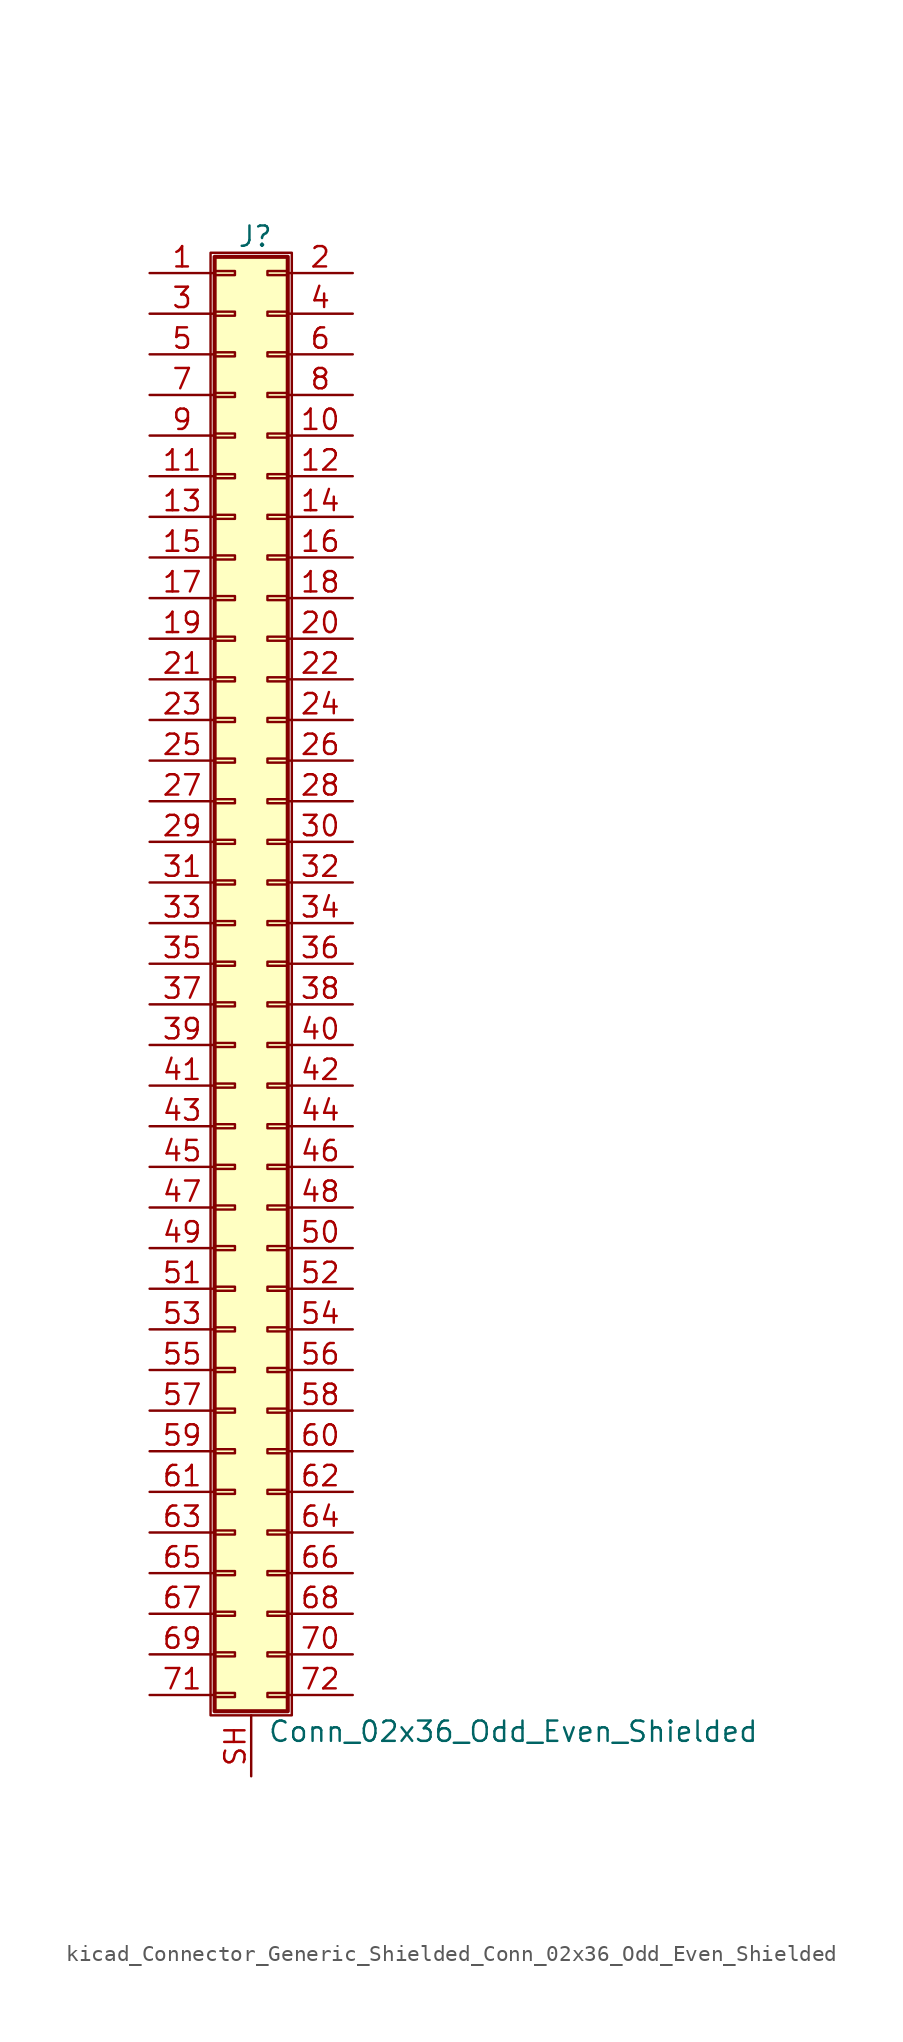
<source format=kicad_sym>
(kicad_symbol_lib
  (version 20220914)
  (generator kicad_symbol_editor)
  (symbol "kicad_Connector_Generic_Shielded_Conn_02x36_Odd_Even_Shielded"
    (pin_names
      (offset 1.016) hide)
    (property "Reference" "J"
      (at 1.524 45.466 0)
      (effects (font (size 1.27 1.27))))
    (property "Value" "Conn_02x36_Odd_Even_Shielded"
      (at 2.286 -48.006 0)
      (effects (font (size 1.27 1.27)) (justify left)))
    (symbol "kicad_Connector_Generic_Shielded_Conn_02x36_Odd_Even_Shielded_1_1"
      (rectangle (start -1.27 44.45) (end 3.81 -46.99) (stroke (width 0.152) (type default)) (fill (type none)))
      (rectangle (start -1.016 -45.593) (end 0.254 -45.847) (stroke (width 0.152) (type default)) (fill (type none)))
      (rectangle (start -1.016 -43.053) (end 0.254 -43.307) (stroke (width 0.152) (type default)) (fill (type none)))
      (rectangle (start -1.016 -40.513) (end 0.254 -40.767) (stroke (width 0.152) (type default)) (fill (type none)))
      (rectangle (start -1.016 -37.973) (end 0.254 -38.227) (stroke (width 0.152) (type default)) (fill (type none)))
      (rectangle (start -1.016 -35.433) (end 0.254 -35.687) (stroke (width 0.152) (type default)) (fill (type none)))
      (rectangle (start -1.016 -32.893) (end 0.254 -33.147) (stroke (width 0.152) (type default)) (fill (type none)))
      (rectangle (start -1.016 -30.353) (end 0.254 -30.607) (stroke (width 0.152) (type default)) (fill (type none)))
      (rectangle (start -1.016 -27.813) (end 0.254 -28.067) (stroke (width 0.152) (type default)) (fill (type none)))
      (rectangle (start -1.016 -25.273) (end 0.254 -25.527) (stroke (width 0.152) (type default)) (fill (type none)))
      (rectangle (start -1.016 -22.733) (end 0.254 -22.987) (stroke (width 0.152) (type default)) (fill (type none)))
      (rectangle (start -1.016 -20.193) (end 0.254 -20.447) (stroke (width 0.152) (type default)) (fill (type none)))
      (rectangle (start -1.016 -17.653) (end 0.254 -17.907) (stroke (width 0.152) (type default)) (fill (type none)))
      (rectangle (start -1.016 -15.113) (end 0.254 -15.367) (stroke (width 0.152) (type default)) (fill (type none)))
      (rectangle (start -1.016 -12.573) (end 0.254 -12.827) (stroke (width 0.152) (type default)) (fill (type none)))
      (rectangle (start -1.016 -10.033) (end 0.254 -10.287) (stroke (width 0.152) (type default)) (fill (type none)))
      (rectangle (start -1.016 -7.493) (end 0.254 -7.747) (stroke (width 0.152) (type default)) (fill (type none)))
      (rectangle (start -1.016 -4.953) (end 0.254 -5.207) (stroke (width 0.152) (type default)) (fill (type none)))
      (rectangle (start -1.016 -2.413) (end 0.254 -2.667) (stroke (width 0.152) (type default)) (fill (type none)))
      (rectangle (start -1.016 0.127) (end 0.254 -0.127) (stroke (width 0.152) (type default)) (fill (type none)))
      (rectangle (start -1.016 2.667) (end 0.254 2.413) (stroke (width 0.152) (type default)) (fill (type none)))
      (rectangle (start -1.016 5.207) (end 0.254 4.953) (stroke (width 0.152) (type default)) (fill (type none)))
      (rectangle (start -1.016 7.747) (end 0.254 7.493) (stroke (width 0.152) (type default)) (fill (type none)))
      (rectangle (start -1.016 10.287) (end 0.254 10.033) (stroke (width 0.152) (type default)) (fill (type none)))
      (rectangle (start -1.016 12.827) (end 0.254 12.573) (stroke (width 0.152) (type default)) (fill (type none)))
      (rectangle (start -1.016 15.367) (end 0.254 15.113) (stroke (width 0.152) (type default)) (fill (type none)))
      (rectangle (start -1.016 17.907) (end 0.254 17.653) (stroke (width 0.152) (type default)) (fill (type none)))
      (rectangle (start -1.016 20.447) (end 0.254 20.193) (stroke (width 0.152) (type default)) (fill (type none)))
      (rectangle (start -1.016 22.987) (end 0.254 22.733) (stroke (width 0.152) (type default)) (fill (type none)))
      (rectangle (start -1.016 25.527) (end 0.254 25.273) (stroke (width 0.152) (type default)) (fill (type none)))
      (rectangle (start -1.016 28.067) (end 0.254 27.813) (stroke (width 0.152) (type default)) (fill (type none)))
      (rectangle (start -1.016 30.607) (end 0.254 30.353) (stroke (width 0.152) (type default)) (fill (type none)))
      (rectangle (start -1.016 33.147) (end 0.254 32.893) (stroke (width 0.152) (type default)) (fill (type none)))
      (rectangle (start -1.016 35.687) (end 0.254 35.433) (stroke (width 0.152) (type default)) (fill (type none)))
      (rectangle (start -1.016 38.227) (end 0.254 37.973) (stroke (width 0.152) (type default)) (fill (type none)))
      (rectangle (start -1.016 40.767) (end 0.254 40.513) (stroke (width 0.152) (type default)) (fill (type none)))
      (rectangle (start -1.016 43.307) (end 0.254 43.053) (stroke (width 0.152) (type default)) (fill (type none)))
      (rectangle (start -1.016 44.196) (end 3.556 -46.736) (stroke (width 0.254) (type default)) (fill (type background)))
      (rectangle (start 3.556 -45.593) (end 2.286 -45.847) (stroke (width 0.152) (type default)) (fill (type none)))
      (rectangle (start 3.556 -43.053) (end 2.286 -43.307) (stroke (width 0.152) (type default)) (fill (type none)))
      (rectangle (start 3.556 -40.513) (end 2.286 -40.767) (stroke (width 0.152) (type default)) (fill (type none)))
      (rectangle (start 3.556 -37.973) (end 2.286 -38.227) (stroke (width 0.152) (type default)) (fill (type none)))
      (rectangle (start 3.556 -35.433) (end 2.286 -35.687) (stroke (width 0.152) (type default)) (fill (type none)))
      (rectangle (start 3.556 -32.893) (end 2.286 -33.147) (stroke (width 0.152) (type default)) (fill (type none)))
      (rectangle (start 3.556 -30.353) (end 2.286 -30.607) (stroke (width 0.152) (type default)) (fill (type none)))
      (rectangle (start 3.556 -27.813) (end 2.286 -28.067) (stroke (width 0.152) (type default)) (fill (type none)))
      (rectangle (start 3.556 -25.273) (end 2.286 -25.527) (stroke (width 0.152) (type default)) (fill (type none)))
      (rectangle (start 3.556 -22.733) (end 2.286 -22.987) (stroke (width 0.152) (type default)) (fill (type none)))
      (rectangle (start 3.556 -20.193) (end 2.286 -20.447) (stroke (width 0.152) (type default)) (fill (type none)))
      (rectangle (start 3.556 -17.653) (end 2.286 -17.907) (stroke (width 0.152) (type default)) (fill (type none)))
      (rectangle (start 3.556 -15.113) (end 2.286 -15.367) (stroke (width 0.152) (type default)) (fill (type none)))
      (rectangle (start 3.556 -12.573) (end 2.286 -12.827) (stroke (width 0.152) (type default)) (fill (type none)))
      (rectangle (start 3.556 -10.033) (end 2.286 -10.287) (stroke (width 0.152) (type default)) (fill (type none)))
      (rectangle (start 3.556 -7.493) (end 2.286 -7.747) (stroke (width 0.152) (type default)) (fill (type none)))
      (rectangle (start 3.556 -4.953) (end 2.286 -5.207) (stroke (width 0.152) (type default)) (fill (type none)))
      (rectangle (start 3.556 -2.413) (end 2.286 -2.667) (stroke (width 0.152) (type default)) (fill (type none)))
      (rectangle (start 3.556 0.127) (end 2.286 -0.127) (stroke (width 0.152) (type default)) (fill (type none)))
      (rectangle (start 3.556 2.667) (end 2.286 2.413) (stroke (width 0.152) (type default)) (fill (type none)))
      (rectangle (start 3.556 5.207) (end 2.286 4.953) (stroke (width 0.152) (type default)) (fill (type none)))
      (rectangle (start 3.556 7.747) (end 2.286 7.493) (stroke (width 0.152) (type default)) (fill (type none)))
      (rectangle (start 3.556 10.287) (end 2.286 10.033) (stroke (width 0.152) (type default)) (fill (type none)))
      (rectangle (start 3.556 12.827) (end 2.286 12.573) (stroke (width 0.152) (type default)) (fill (type none)))
      (rectangle (start 3.556 15.367) (end 2.286 15.113) (stroke (width 0.152) (type default)) (fill (type none)))
      (rectangle (start 3.556 17.907) (end 2.286 17.653) (stroke (width 0.152) (type default)) (fill (type none)))
      (rectangle (start 3.556 20.447) (end 2.286 20.193) (stroke (width 0.152) (type default)) (fill (type none)))
      (rectangle (start 3.556 22.987) (end 2.286 22.733) (stroke (width 0.152) (type default)) (fill (type none)))
      (rectangle (start 3.556 25.527) (end 2.286 25.273) (stroke (width 0.152) (type default)) (fill (type none)))
      (rectangle (start 3.556 28.067) (end 2.286 27.813) (stroke (width 0.152) (type default)) (fill (type none)))
      (rectangle (start 3.556 30.607) (end 2.286 30.353) (stroke (width 0.152) (type default)) (fill (type none)))
      (rectangle (start 3.556 33.147) (end 2.286 32.893) (stroke (width 0.152) (type default)) (fill (type none)))
      (rectangle (start 3.556 35.687) (end 2.286 35.433) (stroke (width 0.152) (type default)) (fill (type none)))
      (rectangle (start 3.556 38.227) (end 2.286 37.973) (stroke (width 0.152) (type default)) (fill (type none)))
      (rectangle (start 3.556 40.767) (end 2.286 40.513) (stroke (width 0.152) (type default)) (fill (type none)))
      (rectangle (start 3.556 43.307) (end 2.286 43.053) (stroke (width 0.152) (type default)) (fill (type none)))
      (pin passive line (at -5.08 43.18 0) (length 4.064) (name "Pin_1" (effects (font (size 1.27 1.27)))) (number "1" (effects (font (size 1.27 1.27)))))
      (pin passive line (at 7.62 33.02 180) (length 4.064) (name "Pin_10" (effects (font (size 1.27 1.27)))) (number "10" (effects (font (size 1.27 1.27)))))
      (pin passive line (at -5.08 30.48 0) (length 4.064) (name "Pin_11" (effects (font (size 1.27 1.27)))) (number "11" (effects (font (size 1.27 1.27)))))
      (pin passive line (at 7.62 30.48 180) (length 4.064) (name "Pin_12" (effects (font (size 1.27 1.27)))) (number "12" (effects (font (size 1.27 1.27)))))
      (pin passive line (at -5.08 27.94 0) (length 4.064) (name "Pin_13" (effects (font (size 1.27 1.27)))) (number "13" (effects (font (size 1.27 1.27)))))
      (pin passive line (at 7.62 27.94 180) (length 4.064) (name "Pin_14" (effects (font (size 1.27 1.27)))) (number "14" (effects (font (size 1.27 1.27)))))
      (pin passive line (at -5.08 25.4 0) (length 4.064) (name "Pin_15" (effects (font (size 1.27 1.27)))) (number "15" (effects (font (size 1.27 1.27)))))
      (pin passive line (at 7.62 25.4 180) (length 4.064) (name "Pin_16" (effects (font (size 1.27 1.27)))) (number "16" (effects (font (size 1.27 1.27)))))
      (pin passive line (at -5.08 22.86 0) (length 4.064) (name "Pin_17" (effects (font (size 1.27 1.27)))) (number "17" (effects (font (size 1.27 1.27)))))
      (pin passive line (at 7.62 22.86 180) (length 4.064) (name "Pin_18" (effects (font (size 1.27 1.27)))) (number "18" (effects (font (size 1.27 1.27)))))
      (pin passive line (at -5.08 20.32 0) (length 4.064) (name "Pin_19" (effects (font (size 1.27 1.27)))) (number "19" (effects (font (size 1.27 1.27)))))
      (pin passive line (at 7.62 43.18 180) (length 4.064) (name "Pin_2" (effects (font (size 1.27 1.27)))) (number "2" (effects (font (size 1.27 1.27)))))
      (pin passive line (at 7.62 20.32 180) (length 4.064) (name "Pin_20" (effects (font (size 1.27 1.27)))) (number "20" (effects (font (size 1.27 1.27)))))
      (pin passive line (at -5.08 17.78 0) (length 4.064) (name "Pin_21" (effects (font (size 1.27 1.27)))) (number "21" (effects (font (size 1.27 1.27)))))
      (pin passive line (at 7.62 17.78 180) (length 4.064) (name "Pin_22" (effects (font (size 1.27 1.27)))) (number "22" (effects (font (size 1.27 1.27)))))
      (pin passive line (at -5.08 15.24 0) (length 4.064) (name "Pin_23" (effects (font (size 1.27 1.27)))) (number "23" (effects (font (size 1.27 1.27)))))
      (pin passive line (at 7.62 15.24 180) (length 4.064) (name "Pin_24" (effects (font (size 1.27 1.27)))) (number "24" (effects (font (size 1.27 1.27)))))
      (pin passive line (at -5.08 12.7 0) (length 4.064) (name "Pin_25" (effects (font (size 1.27 1.27)))) (number "25" (effects (font (size 1.27 1.27)))))
      (pin passive line (at 7.62 12.7 180) (length 4.064) (name "Pin_26" (effects (font (size 1.27 1.27)))) (number "26" (effects (font (size 1.27 1.27)))))
      (pin passive line (at -5.08 10.16 0) (length 4.064) (name "Pin_27" (effects (font (size 1.27 1.27)))) (number "27" (effects (font (size 1.27 1.27)))))
      (pin passive line (at 7.62 10.16 180) (length 4.064) (name "Pin_28" (effects (font (size 1.27 1.27)))) (number "28" (effects (font (size 1.27 1.27)))))
      (pin passive line (at -5.08 7.62 0) (length 4.064) (name "Pin_29" (effects (font (size 1.27 1.27)))) (number "29" (effects (font (size 1.27 1.27)))))
      (pin passive line (at -5.08 40.64 0) (length 4.064) (name "Pin_3" (effects (font (size 1.27 1.27)))) (number "3" (effects (font (size 1.27 1.27)))))
      (pin passive line (at 7.62 7.62 180) (length 4.064) (name "Pin_30" (effects (font (size 1.27 1.27)))) (number "30" (effects (font (size 1.27 1.27)))))
      (pin passive line (at -5.08 5.08 0) (length 4.064) (name "Pin_31" (effects (font (size 1.27 1.27)))) (number "31" (effects (font (size 1.27 1.27)))))
      (pin passive line (at 7.62 5.08 180) (length 4.064) (name "Pin_32" (effects (font (size 1.27 1.27)))) (number "32" (effects (font (size 1.27 1.27)))))
      (pin passive line (at -5.08 2.54 0) (length 4.064) (name "Pin_33" (effects (font (size 1.27 1.27)))) (number "33" (effects (font (size 1.27 1.27)))))
      (pin passive line (at 7.62 2.54 180) (length 4.064) (name "Pin_34" (effects (font (size 1.27 1.27)))) (number "34" (effects (font (size 1.27 1.27)))))
      (pin passive line (at -5.08 0 0) (length 4.064) (name "Pin_35" (effects (font (size 1.27 1.27)))) (number "35" (effects (font (size 1.27 1.27)))))
      (pin passive line (at 7.62 0 180) (length 4.064) (name "Pin_36" (effects (font (size 1.27 1.27)))) (number "36" (effects (font (size 1.27 1.27)))))
      (pin passive line (at -5.08 -2.54 0) (length 4.064) (name "Pin_37" (effects (font (size 1.27 1.27)))) (number "37" (effects (font (size 1.27 1.27)))))
      (pin passive line (at 7.62 -2.54 180) (length 4.064) (name "Pin_38" (effects (font (size 1.27 1.27)))) (number "38" (effects (font (size 1.27 1.27)))))
      (pin passive line (at -5.08 -5.08 0) (length 4.064) (name "Pin_39" (effects (font (size 1.27 1.27)))) (number "39" (effects (font (size 1.27 1.27)))))
      (pin passive line (at 7.62 40.64 180) (length 4.064) (name "Pin_4" (effects (font (size 1.27 1.27)))) (number "4" (effects (font (size 1.27 1.27)))))
      (pin passive line (at 7.62 -5.08 180) (length 4.064) (name "Pin_40" (effects (font (size 1.27 1.27)))) (number "40" (effects (font (size 1.27 1.27)))))
      (pin passive line (at -5.08 -7.62 0) (length 4.064) (name "Pin_41" (effects (font (size 1.27 1.27)))) (number "41" (effects (font (size 1.27 1.27)))))
      (pin passive line (at 7.62 -7.62 180) (length 4.064) (name "Pin_42" (effects (font (size 1.27 1.27)))) (number "42" (effects (font (size 1.27 1.27)))))
      (pin passive line (at -5.08 -10.16 0) (length 4.064) (name "Pin_43" (effects (font (size 1.27 1.27)))) (number "43" (effects (font (size 1.27 1.27)))))
      (pin passive line (at 7.62 -10.16 180) (length 4.064) (name "Pin_44" (effects (font (size 1.27 1.27)))) (number "44" (effects (font (size 1.27 1.27)))))
      (pin passive line (at -5.08 -12.7 0) (length 4.064) (name "Pin_45" (effects (font (size 1.27 1.27)))) (number "45" (effects (font (size 1.27 1.27)))))
      (pin passive line (at 7.62 -12.7 180) (length 4.064) (name "Pin_46" (effects (font (size 1.27 1.27)))) (number "46" (effects (font (size 1.27 1.27)))))
      (pin passive line (at -5.08 -15.24 0) (length 4.064) (name "Pin_47" (effects (font (size 1.27 1.27)))) (number "47" (effects (font (size 1.27 1.27)))))
      (pin passive line (at 7.62 -15.24 180) (length 4.064) (name "Pin_48" (effects (font (size 1.27 1.27)))) (number "48" (effects (font (size 1.27 1.27)))))
      (pin passive line (at -5.08 -17.78 0) (length 4.064) (name "Pin_49" (effects (font (size 1.27 1.27)))) (number "49" (effects (font (size 1.27 1.27)))))
      (pin passive line (at -5.08 38.1 0) (length 4.064) (name "Pin_5" (effects (font (size 1.27 1.27)))) (number "5" (effects (font (size 1.27 1.27)))))
      (pin passive line (at 7.62 -17.78 180) (length 4.064) (name "Pin_50" (effects (font (size 1.27 1.27)))) (number "50" (effects (font (size 1.27 1.27)))))
      (pin passive line (at -5.08 -20.32 0) (length 4.064) (name "Pin_51" (effects (font (size 1.27 1.27)))) (number "51" (effects (font (size 1.27 1.27)))))
      (pin passive line (at 7.62 -20.32 180) (length 4.064) (name "Pin_52" (effects (font (size 1.27 1.27)))) (number "52" (effects (font (size 1.27 1.27)))))
      (pin passive line (at -5.08 -22.86 0) (length 4.064) (name "Pin_53" (effects (font (size 1.27 1.27)))) (number "53" (effects (font (size 1.27 1.27)))))
      (pin passive line (at 7.62 -22.86 180) (length 4.064) (name "Pin_54" (effects (font (size 1.27 1.27)))) (number "54" (effects (font (size 1.27 1.27)))))
      (pin passive line (at -5.08 -25.4 0) (length 4.064) (name "Pin_55" (effects (font (size 1.27 1.27)))) (number "55" (effects (font (size 1.27 1.27)))))
      (pin passive line (at 7.62 -25.4 180) (length 4.064) (name "Pin_56" (effects (font (size 1.27 1.27)))) (number "56" (effects (font (size 1.27 1.27)))))
      (pin passive line (at -5.08 -27.94 0) (length 4.064) (name "Pin_57" (effects (font (size 1.27 1.27)))) (number "57" (effects (font (size 1.27 1.27)))))
      (pin passive line (at 7.62 -27.94 180) (length 4.064) (name "Pin_58" (effects (font (size 1.27 1.27)))) (number "58" (effects (font (size 1.27 1.27)))))
      (pin passive line (at -5.08 -30.48 0) (length 4.064) (name "Pin_59" (effects (font (size 1.27 1.27)))) (number "59" (effects (font (size 1.27 1.27)))))
      (pin passive line (at 7.62 38.1 180) (length 4.064) (name "Pin_6" (effects (font (size 1.27 1.27)))) (number "6" (effects (font (size 1.27 1.27)))))
      (pin passive line (at 7.62 -30.48 180) (length 4.064) (name "Pin_60" (effects (font (size 1.27 1.27)))) (number "60" (effects (font (size 1.27 1.27)))))
      (pin passive line (at -5.08 -33.02 0) (length 4.064) (name "Pin_61" (effects (font (size 1.27 1.27)))) (number "61" (effects (font (size 1.27 1.27)))))
      (pin passive line (at 7.62 -33.02 180) (length 4.064) (name "Pin_62" (effects (font (size 1.27 1.27)))) (number "62" (effects (font (size 1.27 1.27)))))
      (pin passive line (at -5.08 -35.56 0) (length 4.064) (name "Pin_63" (effects (font (size 1.27 1.27)))) (number "63" (effects (font (size 1.27 1.27)))))
      (pin passive line (at 7.62 -35.56 180) (length 4.064) (name "Pin_64" (effects (font (size 1.27 1.27)))) (number "64" (effects (font (size 1.27 1.27)))))
      (pin passive line (at -5.08 -38.1 0) (length 4.064) (name "Pin_65" (effects (font (size 1.27 1.27)))) (number "65" (effects (font (size 1.27 1.27)))))
      (pin passive line (at 7.62 -38.1 180) (length 4.064) (name "Pin_66" (effects (font (size 1.27 1.27)))) (number "66" (effects (font (size 1.27 1.27)))))
      (pin passive line (at -5.08 -40.64 0) (length 4.064) (name "Pin_67" (effects (font (size 1.27 1.27)))) (number "67" (effects (font (size 1.27 1.27)))))
      (pin passive line (at 7.62 -40.64 180) (length 4.064) (name "Pin_68" (effects (font (size 1.27 1.27)))) (number "68" (effects (font (size 1.27 1.27)))))
      (pin passive line (at -5.08 -43.18 0) (length 4.064) (name "Pin_69" (effects (font (size 1.27 1.27)))) (number "69" (effects (font (size 1.27 1.27)))))
      (pin passive line (at -5.08 35.56 0) (length 4.064) (name "Pin_7" (effects (font (size 1.27 1.27)))) (number "7" (effects (font (size 1.27 1.27)))))
      (pin passive line (at 7.62 -43.18 180) (length 4.064) (name "Pin_70" (effects (font (size 1.27 1.27)))) (number "70" (effects (font (size 1.27 1.27)))))
      (pin passive line (at -5.08 -45.72 0) (length 4.064) (name "Pin_71" (effects (font (size 1.27 1.27)))) (number "71" (effects (font (size 1.27 1.27)))))
      (pin passive line (at 7.62 -45.72 180) (length 4.064) (name "Pin_72" (effects (font (size 1.27 1.27)))) (number "72" (effects (font (size 1.27 1.27)))))
      (pin passive line (at 7.62 35.56 180) (length 4.064) (name "Pin_8" (effects (font (size 1.27 1.27)))) (number "8" (effects (font (size 1.27 1.27)))))
      (pin passive line (at -5.08 33.02 0) (length 4.064) (name "Pin_9" (effects (font (size 1.27 1.27)))) (number "9" (effects (font (size 1.27 1.27)))))
      (pin passive line (at 1.27 -50.8 90) (length 3.81) (name "Shield" (effects (font (size 1.27 1.27)))) (number "SH" (effects (font (size 1.27 1.27))))))))
</source>
